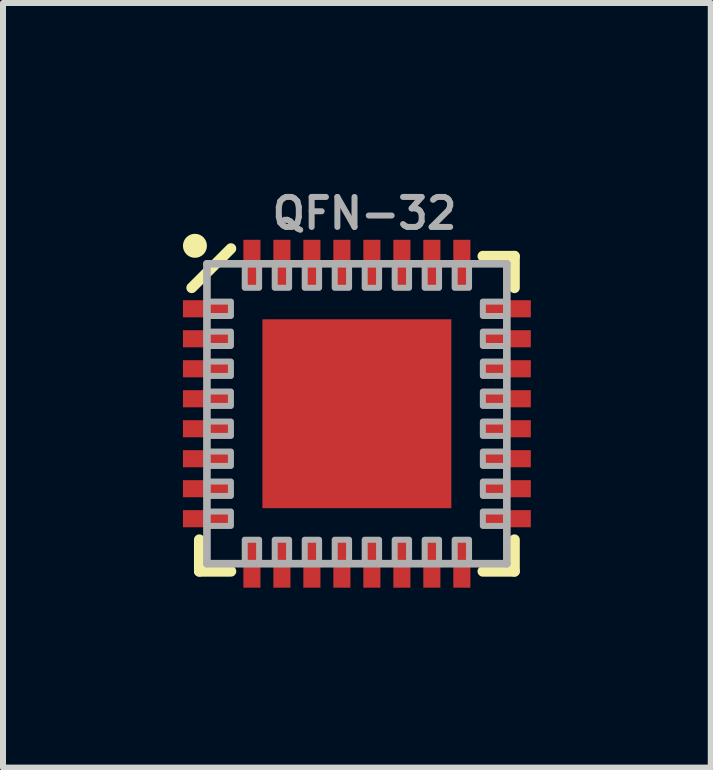
<source format=kicad_pcb>
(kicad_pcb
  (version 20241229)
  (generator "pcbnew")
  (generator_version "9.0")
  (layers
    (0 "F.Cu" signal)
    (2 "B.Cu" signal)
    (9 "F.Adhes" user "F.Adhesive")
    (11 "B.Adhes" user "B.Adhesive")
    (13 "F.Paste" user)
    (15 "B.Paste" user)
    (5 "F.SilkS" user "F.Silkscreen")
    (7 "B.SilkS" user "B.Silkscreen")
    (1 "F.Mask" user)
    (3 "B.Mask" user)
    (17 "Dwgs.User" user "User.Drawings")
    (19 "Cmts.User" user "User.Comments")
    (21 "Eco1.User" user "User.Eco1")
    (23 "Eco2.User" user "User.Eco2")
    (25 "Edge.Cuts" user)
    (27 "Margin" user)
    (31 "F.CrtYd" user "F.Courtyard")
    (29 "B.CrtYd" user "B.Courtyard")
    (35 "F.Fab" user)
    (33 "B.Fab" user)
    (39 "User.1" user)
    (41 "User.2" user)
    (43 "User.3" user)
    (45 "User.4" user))
  (footprint "QFN-32"
    (layer "F.Cu")
    (at 2.9 3.848)
    (property "Reference" "QFN-32" (at 0.127 -3.048 0) (layer "F.Fab") (effects (font (size 0.5 0.5) (thickness 0.1)) (justify bottom)))
    (fp_line (start -2.627 2.627) (end -2.627 2.1) (stroke (width 0.178) (type solid)) (layer "F.SilkS"))
    (fp_line (start -2.1 -2.754) (end -2.754 -2.1) (stroke (width 0.178) (type solid)) (layer "F.SilkS"))
    (fp_line (start -2.1 2.627) (end -2.627 2.627) (stroke (width 0.178) (type solid)) (layer "F.SilkS"))
    (fp_line (start 2.1 -2.627) (end 2.627 -2.627) (stroke (width 0.178) (type solid)) (layer "F.SilkS"))
    (fp_line (start 2.627 -2.627) (end 2.627 -2.1) (stroke (width 0.178) (type solid)) (layer "F.SilkS"))
    (fp_line (start 2.627 2.1) (end 2.627 2.627) (stroke (width 0.178) (type solid)) (layer "F.SilkS"))
    (fp_line (start 2.627 2.627) (end 2.1 2.627) (stroke (width 0.178) (type solid)) (layer "F.SilkS"))
    (fp_circle (center -2.7 -2.8) (end -2.7 -2.7) (stroke (width 0.2) (type solid)) (fill yes) (layer "F.SilkS"))
    (fp_poly (pts (xy -1.3 -0.3) (xy -0.3 -0.3) (xy -0.3 -1.3) (xy -1.3 -1.3)) (stroke (width 0) (type default)) (fill yes) (layer "F.Paste"))
    (fp_poly (pts (xy -0.3 1.3) (xy -0.3 0.3) (xy -1.3 0.3) (xy -1.3 1.3)) (stroke (width 0) (type default)) (fill yes) (layer "F.Paste"))
    (fp_poly (pts (xy 0.2 -1.3) (xy 0.2 -0.3) (xy 1.3 -0.3) (xy 1.3 -1.3)) (stroke (width 0) (type default)) (fill yes) (layer "F.Paste"))
    (fp_poly (pts (xy 1.3 0.3) (xy 0.3 0.3) (xy 0.3 1.3) (xy 1.3 1.3)) (stroke (width 0) (type default)) (fill yes) (layer "F.Paste"))
    (fp_line (start -2.5 -2.5) (end -2.5 2.5) (stroke (width 0.127) (type solid)) (layer "F.Fab"))
    (fp_line (start -2.5 2.5) (end 2.5 2.5) (stroke (width 0.127) (type solid)) (layer "F.Fab"))
    (fp_line (start 2.5 -2.5) (end -2.5 -2.5) (stroke (width 0.127) (type solid)) (layer "F.Fab"))
    (fp_line (start 2.5 2.5) (end 2.5 -2.5) (stroke (width 0.127) (type solid)) (layer "F.Fab"))
    (fp_poly (pts (xy -2.5 -1.63) (xy -2.1 -1.63) (xy -2.1 -1.87) (xy -2.5 -1.87)) (stroke (width 0.1) (type default)) (fill no) (layer "F.Fab"))
    (fp_poly (pts (xy -2.5 -1.13) (xy -2.1 -1.13) (xy -2.1 -1.37) (xy -2.5 -1.37)) (stroke (width 0.1) (type default)) (fill no) (layer "F.Fab"))
    (fp_poly (pts (xy -2.5 -0.63) (xy -2.1 -0.63) (xy -2.1 -0.87) (xy -2.5 -0.87)) (stroke (width 0.1) (type default)) (fill no) (layer "F.Fab"))
    (fp_poly (pts (xy -2.5 -0.13) (xy -2.1 -0.13) (xy -2.1 -0.37) (xy -2.5 -0.37)) (stroke (width 0.1) (type default)) (fill no) (layer "F.Fab"))
    (fp_poly (pts (xy -2.5 0.37) (xy -2.1 0.37) (xy -2.1 0.13) (xy -2.5 0.13)) (stroke (width 0.1) (type default)) (fill no) (layer "F.Fab"))
    (fp_poly (pts (xy -2.5 0.87) (xy -2.1 0.87) (xy -2.1 0.63) (xy -2.5 0.63)) (stroke (width 0.1) (type default)) (fill no) (layer "F.Fab"))
    (fp_poly (pts (xy -2.5 1.37) (xy -2.1 1.37) (xy -2.1 1.13) (xy -2.5 1.13)) (stroke (width 0.1) (type default)) (fill no) (layer "F.Fab"))
    (fp_poly (pts (xy -2.5 1.87) (xy -2.1 1.87) (xy -2.1 1.63) (xy -2.5 1.63)) (stroke (width 0.1) (type default)) (fill no) (layer "F.Fab"))
    (fp_poly (pts (xy -1.87 -2.5) (xy -1.87 -2.1) (xy -1.63 -2.1) (xy -1.63 -2.5)) (stroke (width 0.1) (type default)) (fill no) (layer "F.Fab"))
    (fp_poly (pts (xy -1.63 2.5) (xy -1.63 2.1) (xy -1.87 2.1) (xy -1.87 2.5)) (stroke (width 0.1) (type default)) (fill no) (layer "F.Fab"))
    (fp_poly (pts (xy -1.37 -2.5) (xy -1.37 -2.1) (xy -1.13 -2.1) (xy -1.13 -2.5)) (stroke (width 0.1) (type default)) (fill no) (layer "F.Fab"))
    (fp_poly (pts (xy -1.13 2.5) (xy -1.13 2.1) (xy -1.37 2.1) (xy -1.37 2.5)) (stroke (width 0.1) (type default)) (fill no) (layer "F.Fab"))
    (fp_poly (pts (xy -0.87 -2.5) (xy -0.87 -2.1) (xy -0.63 -2.1) (xy -0.63 -2.5)) (stroke (width 0.1) (type default)) (fill no) (layer "F.Fab"))
    (fp_poly (pts (xy -0.63 2.5) (xy -0.63 2.1) (xy -0.87 2.1) (xy -0.87 2.5)) (stroke (width 0.1) (type default)) (fill no) (layer "F.Fab"))
    (fp_poly (pts (xy -0.37 -2.5) (xy -0.37 -2.1) (xy -0.13 -2.1) (xy -0.13 -2.5)) (stroke (width 0.1) (type default)) (fill no) (layer "F.Fab"))
    (fp_poly (pts (xy -0.13 2.5) (xy -0.13 2.1) (xy -0.37 2.1) (xy -0.37 2.5)) (stroke (width 0.1) (type default)) (fill no) (layer "F.Fab"))
    (fp_poly (pts (xy 0.13 -2.5) (xy 0.13 -2.1) (xy 0.37 -2.1) (xy 0.37 -2.5)) (stroke (width 0.1) (type default)) (fill no) (layer "F.Fab"))
    (fp_poly (pts (xy 0.37 2.5) (xy 0.37 2.1) (xy 0.13 2.1) (xy 0.13 2.5)) (stroke (width 0.1) (type default)) (fill no) (layer "F.Fab"))
    (fp_poly (pts (xy 0.63 -2.5) (xy 0.63 -2.1) (xy 0.87 -2.1) (xy 0.87 -2.5)) (stroke (width 0.1) (type default)) (fill no) (layer "F.Fab"))
    (fp_poly (pts (xy 0.87 2.5) (xy 0.87 2.1) (xy 0.63 2.1) (xy 0.63 2.5)) (stroke (width 0.1) (type default)) (fill no) (layer "F.Fab"))
    (fp_poly (pts (xy 1.13 -2.5) (xy 1.13 -2.1) (xy 1.37 -2.1) (xy 1.37 -2.5)) (stroke (width 0.1) (type default)) (fill no) (layer "F.Fab"))
    (fp_poly (pts (xy 1.37 2.5) (xy 1.37 2.1) (xy 1.13 2.1) (xy 1.13 2.5)) (stroke (width 0.1) (type default)) (fill no) (layer "F.Fab"))
    (fp_poly (pts (xy 1.63 -2.5) (xy 1.63 -2.1) (xy 1.87 -2.1) (xy 1.87 -2.5)) (stroke (width 0.1) (type default)) (fill no) (layer "F.Fab"))
    (fp_poly (pts (xy 1.87 2.5) (xy 1.87 2.1) (xy 1.63 2.1) (xy 1.63 2.5)) (stroke (width 0.1) (type default)) (fill no) (layer "F.Fab"))
    (fp_poly (pts (xy 2.5 -1.87) (xy 2.1 -1.87) (xy 2.1 -1.63) (xy 2.5 -1.63)) (stroke (width 0.1) (type default)) (fill no) (layer "F.Fab"))
    (fp_poly (pts (xy 2.5 -1.37) (xy 2.1 -1.37) (xy 2.1 -1.13) (xy 2.5 -1.13)) (stroke (width 0.1) (type default)) (fill no) (layer "F.Fab"))
    (fp_poly (pts (xy 2.5 -0.87) (xy 2.1 -0.87) (xy 2.1 -0.63) (xy 2.5 -0.63)) (stroke (width 0.1) (type default)) (fill no) (layer "F.Fab"))
    (fp_poly (pts (xy 2.5 -0.37) (xy 2.1 -0.37) (xy 2.1 -0.13) (xy 2.5 -0.13)) (stroke (width 0.1) (type default)) (fill no) (layer "F.Fab"))
    (fp_poly (pts (xy 2.5 0.13) (xy 2.1 0.13) (xy 2.1 0.37) (xy 2.5 0.37)) (stroke (width 0.1) (type default)) (fill no) (layer "F.Fab"))
    (fp_poly (pts (xy 2.5 0.63) (xy 2.1 0.63) (xy 2.1 0.87) (xy 2.5 0.87)) (stroke (width 0.1) (type default)) (fill no) (layer "F.Fab"))
    (fp_poly (pts (xy 2.5 1.13) (xy 2.1 1.13) (xy 2.1 1.37) (xy 2.5 1.37)) (stroke (width 0.1) (type default)) (fill no) (layer "F.Fab"))
    (fp_poly (pts (xy 2.5 1.63) (xy 2.1 1.63) (xy 2.1 1.87) (xy 2.5 1.87)) (stroke (width 0.1) (type default)) (fill no) (layer "F.Fab"))
    (pad "1" smd rect (at -2.5 -1.75) (size 0.8 0.285) (layers "F.Cu" "F.Mask" "F.Paste"))
    (pad "2" smd rect (at -2.5 -1.25) (size 0.8 0.285) (layers "F.Cu" "F.Mask" "F.Paste"))
    (pad "3" smd rect (at -2.5 -0.75) (size 0.8 0.285) (layers "F.Cu" "F.Mask" "F.Paste"))
    (pad "4" smd rect (at -2.5 -0.25) (size 0.8 0.285) (layers "F.Cu" "F.Mask" "F.Paste"))
    (pad "5" smd rect (at -2.5 0.25) (size 0.8 0.285) (layers "F.Cu" "F.Mask" "F.Paste"))
    (pad "6" smd rect (at -2.5 0.75) (size 0.8 0.285) (layers "F.Cu" "F.Mask" "F.Paste"))
    (pad "7" smd rect (at -2.5 1.25) (size 0.8 0.285) (layers "F.Cu" "F.Mask" "F.Paste"))
    (pad "8" smd rect (at -2.5 1.75) (size 0.8 0.285) (layers "F.Cu" "F.Mask" "F.Paste"))
    (pad "9" smd rect (at -1.75 2.5 90) (size 0.8 0.285) (layers "F.Cu" "F.Mask" "F.Paste"))
    (pad "10" smd rect (at -1.25 2.5 90) (size 0.8 0.285) (layers "F.Cu" "F.Mask" "F.Paste"))
    (pad "11" smd rect (at -0.75 2.5 90) (size 0.8 0.285) (layers "F.Cu" "F.Mask" "F.Paste"))
    (pad "12" smd rect (at -0.25 2.5 90) (size 0.8 0.285) (layers "F.Cu" "F.Mask" "F.Paste"))
    (pad "13" smd rect (at 0.25 2.5 90) (size 0.8 0.285) (layers "F.Cu" "F.Mask" "F.Paste"))
    (pad "14" smd rect (at 0.75 2.5 90) (size 0.8 0.285) (layers "F.Cu" "F.Mask" "F.Paste"))
    (pad "15" smd rect (at 1.25 2.5 90) (size 0.8 0.285) (layers "F.Cu" "F.Mask" "F.Paste"))
    (pad "16" smd rect (at 1.75 2.5 90) (size 0.8 0.285) (layers "F.Cu" "F.Mask" "F.Paste"))
    (pad "17" smd rect (at 2.5 1.75 180) (size 0.8 0.285) (layers "F.Cu" "F.Mask" "F.Paste"))
    (pad "18" smd rect (at 2.5 1.25 180) (size 0.8 0.285) (layers "F.Cu" "F.Mask" "F.Paste"))
    (pad "19" smd rect (at 2.5 0.75 180) (size 0.8 0.285) (layers "F.Cu" "F.Mask" "F.Paste"))
    (pad "20" smd rect (at 2.5 0.25 180) (size 0.8 0.285) (layers "F.Cu" "F.Mask" "F.Paste"))
    (pad "21" smd rect (at 2.5 -0.25 180) (size 0.8 0.285) (layers "F.Cu" "F.Mask" "F.Paste"))
    (pad "22" smd rect (at 2.5 -0.75 180) (size 0.8 0.285) (layers "F.Cu" "F.Mask" "F.Paste"))
    (pad "23" smd rect (at 2.5 -1.25 180) (size 0.8 0.285) (layers "F.Cu" "F.Mask" "F.Paste"))
    (pad "24" smd rect (at 2.5 -1.75 180) (size 0.8 0.285) (layers "F.Cu" "F.Mask" "F.Paste"))
    (pad "25" smd rect (at 1.75 -2.5 270) (size 0.8 0.285) (layers "F.Cu" "F.Mask" "F.Paste"))
    (pad "26" smd rect (at 1.25 -2.5 270) (size 0.8 0.285) (layers "F.Cu" "F.Mask" "F.Paste"))
    (pad "27" smd rect (at 0.75 -2.5 270) (size 0.8 0.285) (layers "F.Cu" "F.Mask" "F.Paste"))
    (pad "28" smd rect (at 0.25 -2.5 270) (size 0.8 0.285) (layers "F.Cu" "F.Mask" "F.Paste"))
    (pad "29" smd rect (at -0.25 -2.5 270) (size 0.8 0.285) (layers "F.Cu" "F.Mask" "F.Paste"))
    (pad "30" smd rect (at -0.75 -2.5 270) (size 0.8 0.285) (layers "F.Cu" "F.Mask" "F.Paste"))
    (pad "31" smd rect (at -1.25 -2.5 270) (size 0.8 0.285) (layers "F.Cu" "F.Mask" "F.Paste"))
    (pad "32" smd rect (at -1.75 -2.5 270) (size 0.8 0.285) (layers "F.Cu" "F.Mask" "F.Paste"))
    (pad "EP" smd rect (at 0 0) (size 3.15 3.15) (layers "F.Cu" "F.Mask")))
  (gr_rect
    (start -3 -3)
    (end 8.8 9.748)
    (stroke (width 0.1) (type default))
    (fill no)
    (layer "Edge.Cuts")))
</source>
